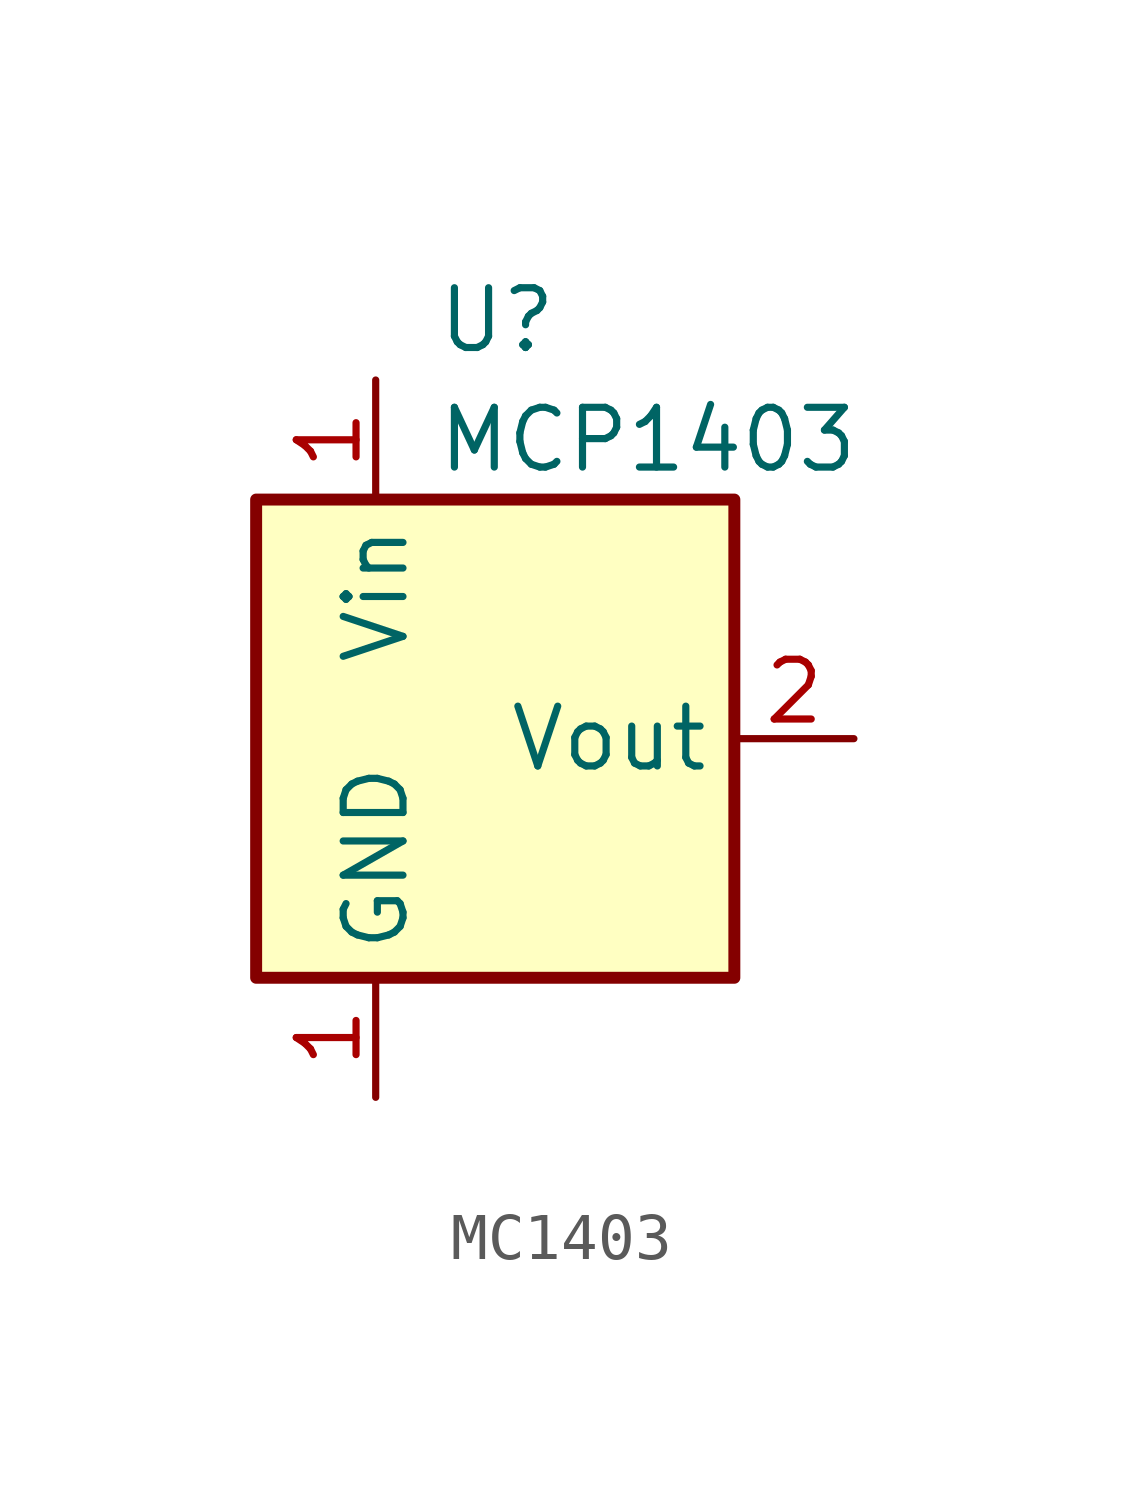
<source format=kicad_sym>
(kicad_symbol_lib
  (version 20220914)
  (generator kicad_symbol_editor)
  (symbol "MC1403"
    (property "Reference" "U"
      (at 1.27 8.89 0)
      (effects (font (size 1.27 1.27)) (justify left)))
    (property "Value" "MCP1403"
      (at 1.27 6.35 0)
      (effects (font (size 1.27 1.27)) (justify left)))
    (symbol "MC1403_0_1"
      (rectangle (start -2.54 5.08) (end 7.62 -5.08) (stroke (width 0.254) (type default)) (fill (type background))))
    (symbol "MC1403_1_1"
      (pin power_in line (at 0 -7.62 90) (length 2.54) (name "GND" (effects (font (size 1.27 1.27)))) (number "1" (effects (font (size 1.27 1.27)))))
      (pin power_in line (at 0 7.62 270) (length 2.54) (name "Vin" (effects (font (size 1.27 1.27)))) (number "1" (effects (font (size 1.27 1.27)))))
      (pin power_out line (at 10.16 0 180) (length 2.54) (name "Vout" (effects (font (size 1.27 1.27)))) (number "2" (effects (font (size 1.27 1.27))))))))
</source>
